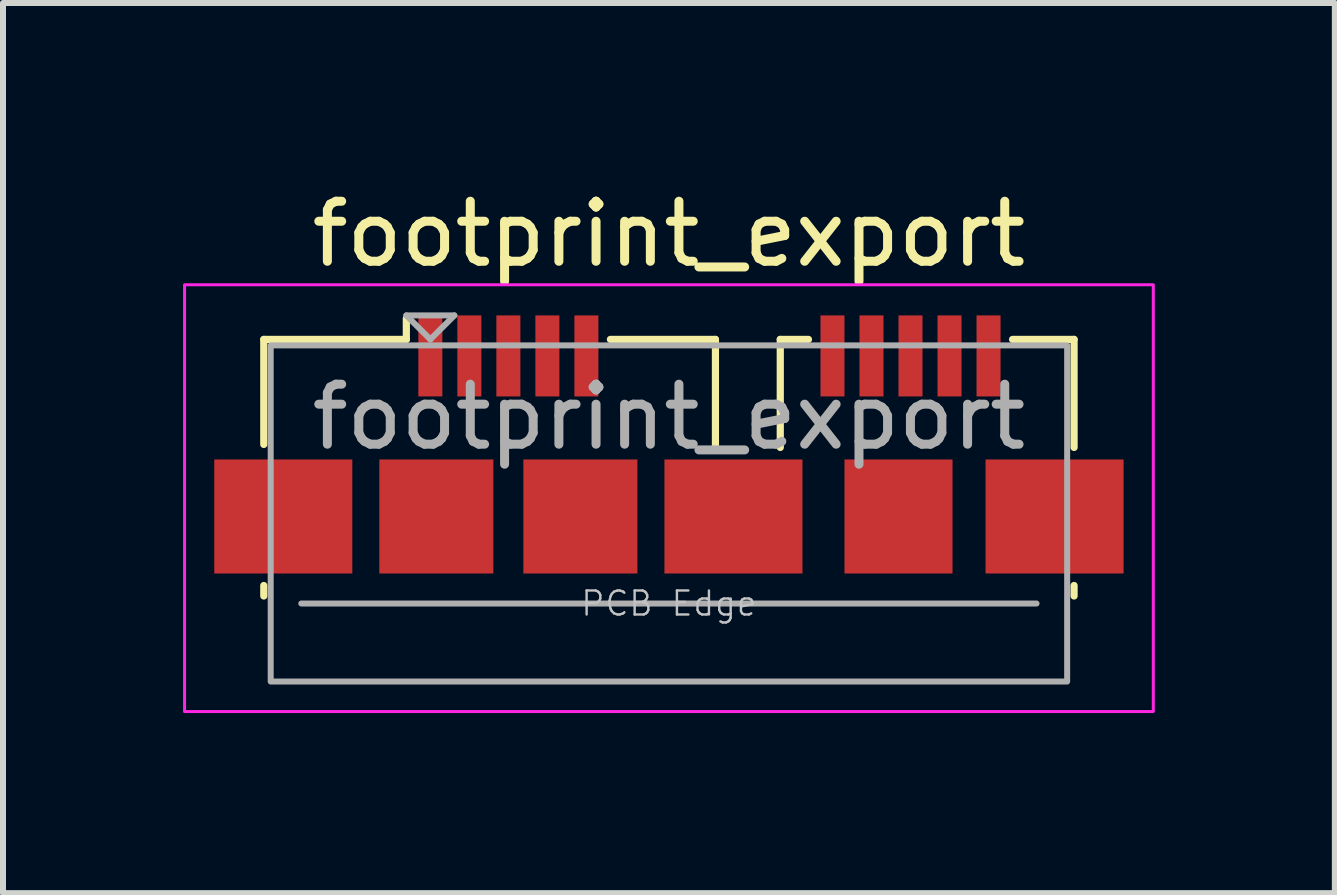
<source format=kicad_pcb>
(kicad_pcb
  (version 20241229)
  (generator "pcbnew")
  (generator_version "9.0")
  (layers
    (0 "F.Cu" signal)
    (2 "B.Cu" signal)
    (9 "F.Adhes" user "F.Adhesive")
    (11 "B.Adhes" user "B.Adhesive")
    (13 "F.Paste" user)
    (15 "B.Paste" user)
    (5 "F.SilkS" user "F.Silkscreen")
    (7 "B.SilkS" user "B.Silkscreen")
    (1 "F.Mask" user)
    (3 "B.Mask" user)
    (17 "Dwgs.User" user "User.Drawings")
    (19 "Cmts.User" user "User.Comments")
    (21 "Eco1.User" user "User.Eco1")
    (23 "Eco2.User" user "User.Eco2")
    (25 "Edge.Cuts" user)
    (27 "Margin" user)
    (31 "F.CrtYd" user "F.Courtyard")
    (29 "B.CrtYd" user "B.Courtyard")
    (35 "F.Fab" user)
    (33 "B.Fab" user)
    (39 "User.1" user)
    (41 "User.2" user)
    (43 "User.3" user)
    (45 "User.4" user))
  (footprint "footprint_export"
    (layer "F.Cu")
    (at 8.095 4.355)
    (property "Reference" "footprint_export" (at 0 -3.507 0) (unlocked yes) (layer "F.SilkS") (effects (font (size 1 1) (thickness 0.15))))
    (attr smd)
    (fp_line (start -6.75 -1.75) (end -6.75 0) (stroke (width 0.12) (type solid)) (layer "F.SilkS"))
    (fp_line (start -6.75 2.35) (end -6.75 2.525) (stroke (width 0.12) (type solid)) (layer "F.SilkS"))
    (fp_line (start -4.375 -2.1) (end -4.375 -1.75) (stroke (width 0.12) (type solid)) (layer "F.SilkS"))
    (fp_line (start -4.375 -1.75) (end -6.75 -1.75) (stroke (width 0.12) (type solid)) (layer "F.SilkS"))
    (fp_line (start 0.775 -1.75) (end -0.975 -1.75) (stroke (width 0.12) (type solid)) (layer "F.SilkS"))
    (fp_line (start 0.775 -1.75) (end 0.775 0.05) (stroke (width 0.12) (type solid)) (layer "F.SilkS"))
    (fp_line (start 1.855 -1.75) (end 1.855 0.05) (stroke (width 0.12) (type solid)) (layer "F.SilkS"))
    (fp_line (start 2.325 -1.75) (end 1.855 -1.75) (stroke (width 0.12) (type solid)) (layer "F.SilkS"))
    (fp_line (start 5.725 -1.75) (end 6.75 -1.75) (stroke (width 0.12) (type solid)) (layer "F.SilkS"))
    (fp_line (start 6.75 -1.75) (end 6.75 0.05) (stroke (width 0.12) (type solid)) (layer "F.SilkS"))
    (fp_line (start 6.75 2.35) (end 6.75 2.525) (stroke (width 0.12) (type solid)) (layer "F.SilkS"))
    (fp_rect (start -8.07 -2.66) (end 8.07 4.45) (stroke (width 0.05) (type solid)) (fill no) (layer "F.CrtYd"))
    (fp_line (start -6.125 2.65) (end 6.125 2.65) (stroke (width 0.1) (type solid)) (layer "F.Fab"))
    (fp_line (start -4.375 -2.15) (end -3.975 -1.75) (stroke (width 0.1) (type solid)) (layer "F.Fab"))
    (fp_line (start -3.975 -1.75) (end -3.575 -2.15) (stroke (width 0.1) (type solid)) (layer "F.Fab"))
    (fp_line (start -3.575 -2.15) (end -4.375 -2.15) (stroke (width 0.1) (type solid)) (layer "F.Fab"))
    (fp_rect (start -6.635 -1.65) (end 6.635 3.95) (stroke (width 0.1) (type solid)) (fill no) (layer "F.Fab"))
    (fp_text user "PCB Edge" (at 0 2.65 0) (unlocked yes) (layer "Dwgs.User") (effects (font (size 0.4 0.4) (thickness 0.04))))
    (fp_text user "${REFERENCE}" (at 0 -0.459 0) (unlocked yes) (layer "F.Fab") (effects (font (size 1 1) (thickness 0.15))))
    (pad "1" smd rect (at -3.975 -1.475) (size 0.4 1.35) (layers "F.Cu" "F.Mask" "F.Paste"))
    (pad "2" smd rect (at -3.325 -1.475) (size 0.4 1.35) (layers "F.Cu" "F.Mask" "F.Paste"))
    (pad "3" smd rect (at -2.675 -1.475) (size 0.4 1.35) (layers "F.Cu" "F.Mask" "F.Paste"))
    (pad "4" smd rect (at -2.025 -1.475) (size 0.4 1.35) (layers "F.Cu" "F.Mask" "F.Paste"))
    (pad "5" smd rect (at -1.375 -1.475) (size 0.4 1.35) (layers "F.Cu" "F.Mask" "F.Paste"))
    (pad "6" smd rect (at 2.725 -1.475) (size 0.4 1.35) (layers "F.Cu" "F.Mask" "F.Paste"))
    (pad "7" smd rect (at 3.375 -1.475) (size 0.4 1.35) (layers "F.Cu" "F.Mask" "F.Paste"))
    (pad "8" smd rect (at 4.025 -1.475) (size 0.4 1.35) (layers "F.Cu" "F.Mask" "F.Paste"))
    (pad "9" smd rect (at 4.675 -1.475) (size 0.4 1.35) (layers "F.Cu" "F.Mask" "F.Paste"))
    (pad "10" smd rect (at 5.325 -1.475) (size 0.4 1.35) (layers "F.Cu" "F.Mask" "F.Paste"))
    (pad "11" smd rect (at -6.425 1.2) (size 2.3 1.9) (layers "F.Cu" "F.Mask" "F.Paste"))
    (pad "11" smd rect (at -3.875 1.2) (size 1.9 1.9) (layers "F.Cu" "F.Mask" "F.Paste"))
    (pad "11" smd rect (at -1.475 1.2) (size 1.9 1.9) (layers "F.Cu" "F.Mask" "F.Paste"))
    (pad "11" smd rect (at 1.075 1.2) (size 2.3 1.9) (layers "F.Cu" "F.Mask" "F.Paste"))
    (pad "11" smd rect (at 3.825 1.2) (size 1.8 1.9) (layers "F.Cu" "F.Mask" "F.Paste"))
    (pad "11" smd rect (at 6.425 1.2) (size 2.3 1.9) (layers "F.Cu" "F.Mask" "F.Paste")))
  (gr_rect
    (start -3 -3)
    (end 19.19 11.83)
    (stroke (width 0.1) (type default))
    (fill no)
    (layer "Edge.Cuts")))
</source>
